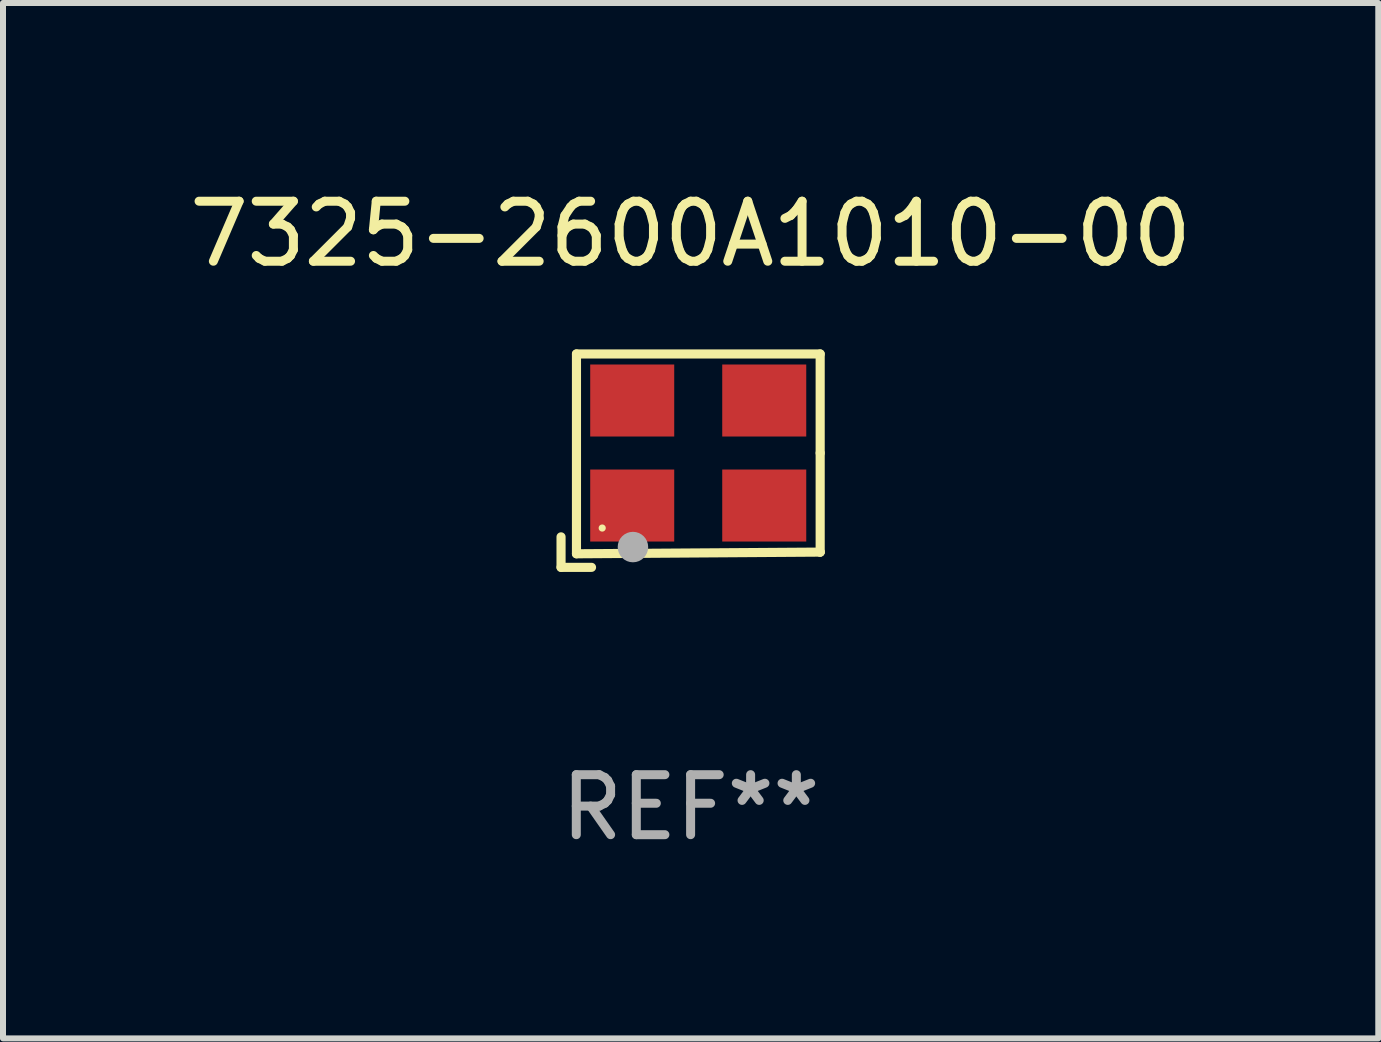
<source format=kicad_pcb>
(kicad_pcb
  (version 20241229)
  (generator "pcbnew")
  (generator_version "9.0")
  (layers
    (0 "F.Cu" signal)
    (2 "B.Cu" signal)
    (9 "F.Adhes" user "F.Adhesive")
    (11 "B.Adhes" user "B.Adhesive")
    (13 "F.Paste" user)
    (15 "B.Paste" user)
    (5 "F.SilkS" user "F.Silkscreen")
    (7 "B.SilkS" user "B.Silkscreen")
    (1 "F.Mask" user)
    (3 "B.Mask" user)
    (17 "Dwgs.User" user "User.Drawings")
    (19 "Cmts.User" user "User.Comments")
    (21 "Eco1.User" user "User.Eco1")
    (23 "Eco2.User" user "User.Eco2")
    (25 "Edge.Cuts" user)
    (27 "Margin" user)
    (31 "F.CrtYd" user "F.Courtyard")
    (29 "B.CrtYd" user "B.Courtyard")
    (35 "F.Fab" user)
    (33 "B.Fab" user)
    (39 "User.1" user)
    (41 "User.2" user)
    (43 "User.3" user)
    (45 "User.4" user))
  (footprint "7325-2600A1010-00"
    (layer "F.Cu")
    (at 8.458 4.626)
    (property "Reference" "7325-2600A1010-00" (at 0 -3.778 0) (layer "F.SilkS") (effects (font (size 1 1) (thickness 0.15))))
    (attr through_hole)
    (fp_line (start -2.159 1.27) (end -2.159 1.778) (stroke (width 0.152) (type solid)) (layer "F.SilkS"))
    (fp_line (start -2.159 1.778) (end -1.651 1.778) (stroke (width 0.152) (type solid)) (layer "F.SilkS"))
    (fp_line (start -1.902 -1.778) (end 2.159 -1.778) (stroke (width 0.152) (type solid)) (layer "F.SilkS"))
    (fp_line (start -1.902 1.552) (end -1.902 -1.778) (stroke (width 0.152) (type solid)) (layer "F.SilkS"))
    (fp_line (start 2.159 -1.778) (end 2.159 -0.127) (stroke (width 0.152) (type solid)) (layer "F.SilkS"))
    (fp_line (start 2.159 -0.127) (end 2.159 1.524) (stroke (width 0.152) (type solid)) (layer "F.SilkS"))
    (fp_line (start 2.159 1.524) (end -1.902 1.552) (stroke (width 0.152) (type solid)) (layer "F.SilkS"))
    (fp_line (start 2.159 1.524) (end 2.159 1.524) (stroke (width 0.152) (type solid)) (layer "F.SilkS"))
    (fp_circle (center -1.473 1.123) (end -1.443 1.123) (stroke (width 0.06) (type solid)) (fill no) (layer "F.SilkS"))
    (fp_circle (center -0.961 1.44) (end -0.834 1.44) (stroke (width 0.254) (type solid)) (fill no) (layer "F.Fab"))
    (fp_text user "REF**" (at 0 5.778 0) (layer "F.Fab") (effects (font (size 1 1) (thickness 0.15))))
    (pad "1" smd rect (at -0.973 0.748) (size 1.4 1.2) (layers "F.Cu" "F.Mask" "F.Paste"))
    (pad "2" smd rect (at 1.227 0.748) (size 1.4 1.2) (layers "F.Cu" "F.Mask" "F.Paste"))
    (pad "3" smd rect (at 1.227 -1.002) (size 1.4 1.2) (layers "F.Cu" "F.Mask" "F.Paste"))
    (pad "4" smd rect (at -0.973 -1.002) (size 1.4 1.2) (layers "F.Cu" "F.Mask" "F.Paste")))
  (gr_rect
    (start -3 -3)
    (end 19.917 14.253)
    (stroke (width 0.1) (type default))
    (fill no)
    (layer "Edge.Cuts")))
</source>
